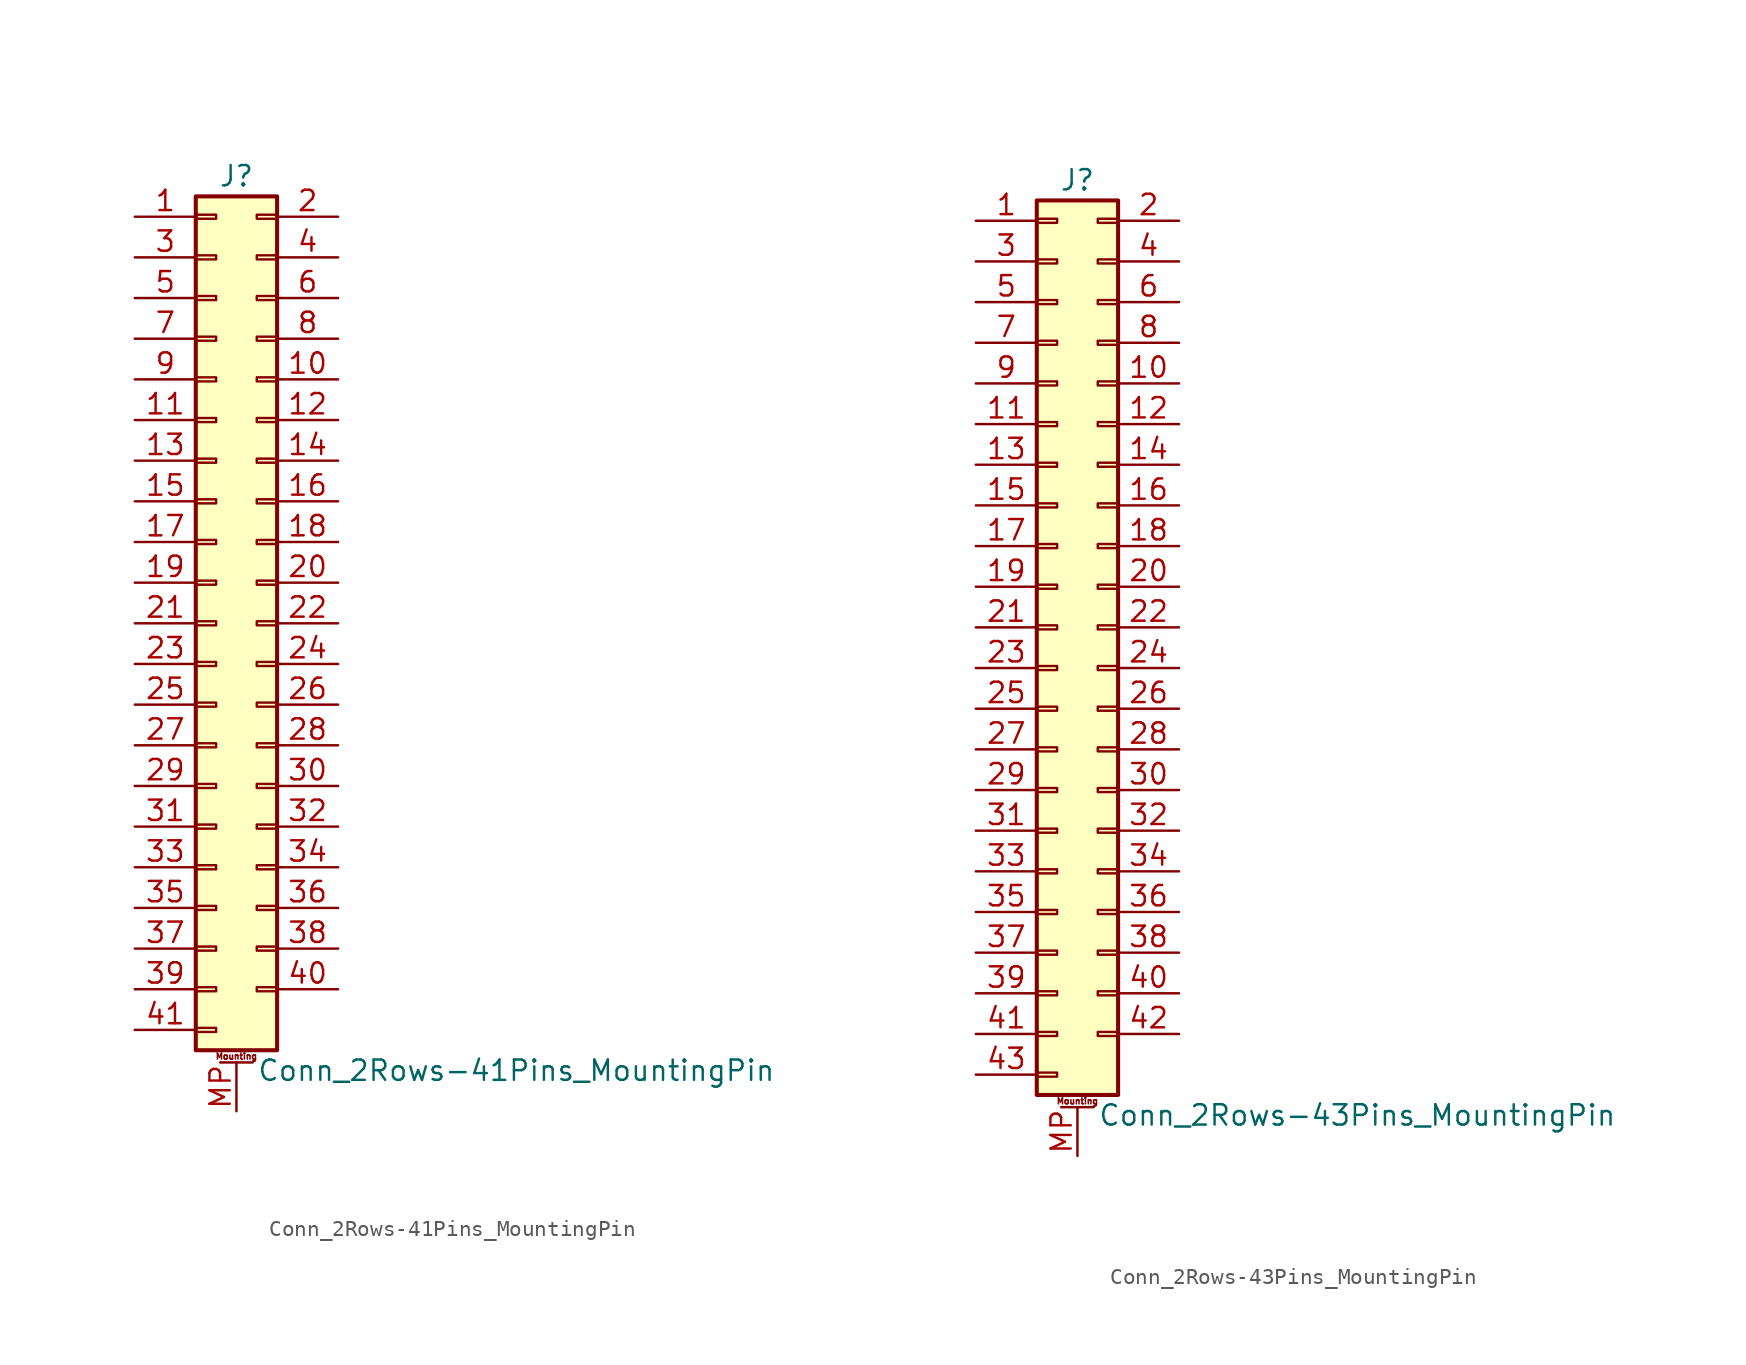
<source format=kicad_sym>
(kicad_symbol_lib
  (version 20201005)
  (generator kicad_symbol_editor)
  (symbol "Connector_Generic_MountingPin:Conn_2Rows-41Pins_MountingPin"
    (pin_names
      (offset 1.016) hide)
    (property "Reference" "J"
      (at 1.27 27.94 0)
      (effects (font (size 1.27 1.27))))
    (property "Value" "Conn_2Rows-41Pins_MountingPin"
      (at 2.54 -27.94 0)
      (effects (font (size 1.27 1.27)) (justify left)))
    (symbol "Conn_2Rows-41Pins_MountingPin_1_1"
      (text "Mounting" (at 1.27 -27.051 0) (effects (font (size 0.381 0.381))))
      (rectangle (start -1.27 -4.953) (end 0 -5.207) (stroke (width 0.152)) (fill (type none)))
      (rectangle (start -1.27 -7.493) (end 0 -7.747) (stroke (width 0.152)) (fill (type none)))
      (rectangle (start -1.27 -10.033) (end 0 -10.287) (stroke (width 0.152)) (fill (type none)))
      (rectangle (start -1.27 -12.573) (end 0 -12.827) (stroke (width 0.152)) (fill (type none)))
      (rectangle (start -1.27 -15.113) (end 0 -15.367) (stroke (width 0.152)) (fill (type none)))
      (rectangle (start -1.27 -17.653) (end 0 -17.907) (stroke (width 0.152)) (fill (type none)))
      (rectangle (start -1.27 -20.193) (end 0 -20.447) (stroke (width 0.152)) (fill (type none)))
      (rectangle (start -1.27 -22.733) (end 0 -22.987) (stroke (width 0.152)) (fill (type none)))
      (rectangle (start -1.27 -2.413) (end 0 -2.667) (stroke (width 0.152)) (fill (type none)))
      (rectangle (start -1.27 -25.273) (end 0 -25.527) (stroke (width 0.152)) (fill (type none)))
      (rectangle (start -1.27 25.527) (end 0 25.273) (stroke (width 0.152)) (fill (type none)))
      (rectangle (start -1.27 2.667) (end 0 2.413) (stroke (width 0.152)) (fill (type none)))
      (rectangle (start -1.27 26.67) (end 3.81 -26.67) (stroke (width 0.254)) (fill (type background)))
      (rectangle (start -1.27 5.207) (end 0 4.953) (stroke (width 0.152)) (fill (type none)))
      (rectangle (start -1.27 7.747) (end 0 7.493) (stroke (width 0.152)) (fill (type none)))
      (rectangle (start -1.27 10.287) (end 0 10.033) (stroke (width 0.152)) (fill (type none)))
      (rectangle (start -1.27 0.127) (end 0 -0.127) (stroke (width 0.152)) (fill (type none)))
      (rectangle (start -1.27 12.827) (end 0 12.573) (stroke (width 0.152)) (fill (type none)))
      (rectangle (start -1.27 15.367) (end 0 15.113) (stroke (width 0.152)) (fill (type none)))
      (rectangle (start -1.27 17.907) (end 0 17.653) (stroke (width 0.152)) (fill (type none)))
      (rectangle (start -1.27 20.447) (end 0 20.193) (stroke (width 0.152)) (fill (type none)))
      (rectangle (start -1.27 22.987) (end 0 22.733) (stroke (width 0.152)) (fill (type none)))
      (rectangle (start 3.81 -4.953) (end 2.54 -5.207) (stroke (width 0.152)) (fill (type none)))
      (rectangle (start 3.81 -7.493) (end 2.54 -7.747) (stroke (width 0.152)) (fill (type none)))
      (rectangle (start 3.81 -10.033) (end 2.54 -10.287) (stroke (width 0.152)) (fill (type none)))
      (rectangle (start 3.81 -12.573) (end 2.54 -12.827) (stroke (width 0.152)) (fill (type none)))
      (rectangle (start 3.81 -15.113) (end 2.54 -15.367) (stroke (width 0.152)) (fill (type none)))
      (rectangle (start 3.81 -17.653) (end 2.54 -17.907) (stroke (width 0.152)) (fill (type none)))
      (rectangle (start 3.81 -20.193) (end 2.54 -20.447) (stroke (width 0.152)) (fill (type none)))
      (rectangle (start 3.81 -22.733) (end 2.54 -22.987) (stroke (width 0.152)) (fill (type none)))
      (rectangle (start 3.81 -2.413) (end 2.54 -2.667) (stroke (width 0.152)) (fill (type none)))
      (rectangle (start 3.81 25.527) (end 2.54 25.273) (stroke (width 0.152)) (fill (type none)))
      (rectangle (start 3.81 2.667) (end 2.54 2.413) (stroke (width 0.152)) (fill (type none)))
      (rectangle (start 3.81 5.207) (end 2.54 4.953) (stroke (width 0.152)) (fill (type none)))
      (rectangle (start 3.81 7.747) (end 2.54 7.493) (stroke (width 0.152)) (fill (type none)))
      (rectangle (start 3.81 10.287) (end 2.54 10.033) (stroke (width 0.152)) (fill (type none)))
      (rectangle (start 3.81 0.127) (end 2.54 -0.127) (stroke (width 0.152)) (fill (type none)))
      (rectangle (start 3.81 12.827) (end 2.54 12.573) (stroke (width 0.152)) (fill (type none)))
      (rectangle (start 3.81 15.367) (end 2.54 15.113) (stroke (width 0.152)) (fill (type none)))
      (rectangle (start 3.81 17.907) (end 2.54 17.653) (stroke (width 0.152)) (fill (type none)))
      (rectangle (start 3.81 20.447) (end 2.54 20.193) (stroke (width 0.152)) (fill (type none)))
      (rectangle (start 3.81 22.987) (end 2.54 22.733) (stroke (width 0.152)) (fill (type none)))
      (polyline (pts (xy 0.254 -27.432) (xy 2.286 -27.432)) (stroke (width 0.152)) (fill (type none)))
      (pin passive line (at 1.27 -30.48 90) (length 3.048) (name "MountPin" (effects (font (size 1.27 1.27)))) (number "MP" (effects (font (size 1.27 1.27)))))
      (pin passive line (at -5.08 25.4 0) (length 3.81) (name "Pin_1" (effects (font (size 1.27 1.27)))) (number "1" (effects (font (size 1.27 1.27)))))
      (pin passive line (at 7.62 15.24 180) (length 3.81) (name "Pin_10" (effects (font (size 1.27 1.27)))) (number "10" (effects (font (size 1.27 1.27)))))
      (pin passive line (at -5.08 12.7 0) (length 3.81) (name "Pin_11" (effects (font (size 1.27 1.27)))) (number "11" (effects (font (size 1.27 1.27)))))
      (pin passive line (at 7.62 12.7 180) (length 3.81) (name "Pin_12" (effects (font (size 1.27 1.27)))) (number "12" (effects (font (size 1.27 1.27)))))
      (pin passive line (at -5.08 10.16 0) (length 3.81) (name "Pin_13" (effects (font (size 1.27 1.27)))) (number "13" (effects (font (size 1.27 1.27)))))
      (pin passive line (at 7.62 10.16 180) (length 3.81) (name "Pin_14" (effects (font (size 1.27 1.27)))) (number "14" (effects (font (size 1.27 1.27)))))
      (pin passive line (at -5.08 7.62 0) (length 3.81) (name "Pin_15" (effects (font (size 1.27 1.27)))) (number "15" (effects (font (size 1.27 1.27)))))
      (pin passive line (at 7.62 7.62 180) (length 3.81) (name "Pin_16" (effects (font (size 1.27 1.27)))) (number "16" (effects (font (size 1.27 1.27)))))
      (pin passive line (at -5.08 5.08 0) (length 3.81) (name "Pin_17" (effects (font (size 1.27 1.27)))) (number "17" (effects (font (size 1.27 1.27)))))
      (pin passive line (at 7.62 5.08 180) (length 3.81) (name "Pin_18" (effects (font (size 1.27 1.27)))) (number "18" (effects (font (size 1.27 1.27)))))
      (pin passive line (at -5.08 2.54 0) (length 3.81) (name "Pin_19" (effects (font (size 1.27 1.27)))) (number "19" (effects (font (size 1.27 1.27)))))
      (pin passive line (at 7.62 25.4 180) (length 3.81) (name "Pin_2" (effects (font (size 1.27 1.27)))) (number "2" (effects (font (size 1.27 1.27)))))
      (pin passive line (at 7.62 2.54 180) (length 3.81) (name "Pin_20" (effects (font (size 1.27 1.27)))) (number "20" (effects (font (size 1.27 1.27)))))
      (pin passive line (at -5.08 0 0) (length 3.81) (name "Pin_21" (effects (font (size 1.27 1.27)))) (number "21" (effects (font (size 1.27 1.27)))))
      (pin passive line (at 7.62 0 180) (length 3.81) (name "Pin_22" (effects (font (size 1.27 1.27)))) (number "22" (effects (font (size 1.27 1.27)))))
      (pin passive line (at -5.08 -2.54 0) (length 3.81) (name "Pin_23" (effects (font (size 1.27 1.27)))) (number "23" (effects (font (size 1.27 1.27)))))
      (pin passive line (at 7.62 -2.54 180) (length 3.81) (name "Pin_24" (effects (font (size 1.27 1.27)))) (number "24" (effects (font (size 1.27 1.27)))))
      (pin passive line (at -5.08 -5.08 0) (length 3.81) (name "Pin_25" (effects (font (size 1.27 1.27)))) (number "25" (effects (font (size 1.27 1.27)))))
      (pin passive line (at 7.62 -5.08 180) (length 3.81) (name "Pin_26" (effects (font (size 1.27 1.27)))) (number "26" (effects (font (size 1.27 1.27)))))
      (pin passive line (at -5.08 -7.62 0) (length 3.81) (name "Pin_27" (effects (font (size 1.27 1.27)))) (number "27" (effects (font (size 1.27 1.27)))))
      (pin passive line (at 7.62 -7.62 180) (length 3.81) (name "Pin_28" (effects (font (size 1.27 1.27)))) (number "28" (effects (font (size 1.27 1.27)))))
      (pin passive line (at -5.08 -10.16 0) (length 3.81) (name "Pin_29" (effects (font (size 1.27 1.27)))) (number "29" (effects (font (size 1.27 1.27)))))
      (pin passive line (at -5.08 22.86 0) (length 3.81) (name "Pin_3" (effects (font (size 1.27 1.27)))) (number "3" (effects (font (size 1.27 1.27)))))
      (pin passive line (at 7.62 -10.16 180) (length 3.81) (name "Pin_30" (effects (font (size 1.27 1.27)))) (number "30" (effects (font (size 1.27 1.27)))))
      (pin passive line (at -5.08 -12.7 0) (length 3.81) (name "Pin_31" (effects (font (size 1.27 1.27)))) (number "31" (effects (font (size 1.27 1.27)))))
      (pin passive line (at 7.62 -12.7 180) (length 3.81) (name "Pin_32" (effects (font (size 1.27 1.27)))) (number "32" (effects (font (size 1.27 1.27)))))
      (pin passive line (at -5.08 -15.24 0) (length 3.81) (name "Pin_33" (effects (font (size 1.27 1.27)))) (number "33" (effects (font (size 1.27 1.27)))))
      (pin passive line (at 7.62 -15.24 180) (length 3.81) (name "Pin_34" (effects (font (size 1.27 1.27)))) (number "34" (effects (font (size 1.27 1.27)))))
      (pin passive line (at -5.08 -17.78 0) (length 3.81) (name "Pin_35" (effects (font (size 1.27 1.27)))) (number "35" (effects (font (size 1.27 1.27)))))
      (pin passive line (at 7.62 -17.78 180) (length 3.81) (name "Pin_36" (effects (font (size 1.27 1.27)))) (number "36" (effects (font (size 1.27 1.27)))))
      (pin passive line (at -5.08 -20.32 0) (length 3.81) (name "Pin_37" (effects (font (size 1.27 1.27)))) (number "37" (effects (font (size 1.27 1.27)))))
      (pin passive line (at 7.62 -20.32 180) (length 3.81) (name "Pin_38" (effects (font (size 1.27 1.27)))) (number "38" (effects (font (size 1.27 1.27)))))
      (pin passive line (at -5.08 -22.86 0) (length 3.81) (name "Pin_39" (effects (font (size 1.27 1.27)))) (number "39" (effects (font (size 1.27 1.27)))))
      (pin passive line (at 7.62 22.86 180) (length 3.81) (name "Pin_4" (effects (font (size 1.27 1.27)))) (number "4" (effects (font (size 1.27 1.27)))))
      (pin passive line (at 7.62 -22.86 180) (length 3.81) (name "Pin_40" (effects (font (size 1.27 1.27)))) (number "40" (effects (font (size 1.27 1.27)))))
      (pin passive line (at -5.08 -25.4 0) (length 3.81) (name "Pin_41" (effects (font (size 1.27 1.27)))) (number "41" (effects (font (size 1.27 1.27)))))
      (pin passive line (at -5.08 20.32 0) (length 3.81) (name "Pin_5" (effects (font (size 1.27 1.27)))) (number "5" (effects (font (size 1.27 1.27)))))
      (pin passive line (at 7.62 20.32 180) (length 3.81) (name "Pin_6" (effects (font (size 1.27 1.27)))) (number "6" (effects (font (size 1.27 1.27)))))
      (pin passive line (at -5.08 17.78 0) (length 3.81) (name "Pin_7" (effects (font (size 1.27 1.27)))) (number "7" (effects (font (size 1.27 1.27)))))
      (pin passive line (at 7.62 17.78 180) (length 3.81) (name "Pin_8" (effects (font (size 1.27 1.27)))) (number "8" (effects (font (size 1.27 1.27)))))
      (pin passive line (at -5.08 15.24 0) (length 3.81) (name "Pin_9" (effects (font (size 1.27 1.27)))) (number "9" (effects (font (size 1.27 1.27)))))))
  (symbol "Connector_Generic_MountingPin:Conn_2Rows-43Pins_MountingPin"
    (pin_names
      (offset 1.016) hide)
    (property "Reference" "J"
      (at 1.27 27.94 0)
      (effects (font (size 1.27 1.27))))
    (property "Value" "Conn_2Rows-43Pins_MountingPin"
      (at 2.54 -30.48 0)
      (effects (font (size 1.27 1.27)) (justify left)))
    (symbol "Conn_2Rows-43Pins_MountingPin_1_1"
      (text "Mounting" (at 1.27 -29.591 0) (effects (font (size 0.381 0.381))))
      (rectangle (start -1.27 -27.813) (end 0 -28.067) (stroke (width 0.152)) (fill (type none)))
      (rectangle (start -1.27 -4.953) (end 0 -5.207) (stroke (width 0.152)) (fill (type none)))
      (rectangle (start -1.27 -7.493) (end 0 -7.747) (stroke (width 0.152)) (fill (type none)))
      (rectangle (start -1.27 -10.033) (end 0 -10.287) (stroke (width 0.152)) (fill (type none)))
      (rectangle (start -1.27 -12.573) (end 0 -12.827) (stroke (width 0.152)) (fill (type none)))
      (rectangle (start -1.27 -15.113) (end 0 -15.367) (stroke (width 0.152)) (fill (type none)))
      (rectangle (start -1.27 -17.653) (end 0 -17.907) (stroke (width 0.152)) (fill (type none)))
      (rectangle (start -1.27 -20.193) (end 0 -20.447) (stroke (width 0.152)) (fill (type none)))
      (rectangle (start -1.27 -22.733) (end 0 -22.987) (stroke (width 0.152)) (fill (type none)))
      (rectangle (start -1.27 -2.413) (end 0 -2.667) (stroke (width 0.152)) (fill (type none)))
      (rectangle (start -1.27 -25.273) (end 0 -25.527) (stroke (width 0.152)) (fill (type none)))
      (rectangle (start -1.27 25.527) (end 0 25.273) (stroke (width 0.152)) (fill (type none)))
      (rectangle (start -1.27 2.667) (end 0 2.413) (stroke (width 0.152)) (fill (type none)))
      (rectangle (start -1.27 26.67) (end 3.81 -29.21) (stroke (width 0.254)) (fill (type background)))
      (rectangle (start -1.27 5.207) (end 0 4.953) (stroke (width 0.152)) (fill (type none)))
      (rectangle (start -1.27 7.747) (end 0 7.493) (stroke (width 0.152)) (fill (type none)))
      (rectangle (start -1.27 10.287) (end 0 10.033) (stroke (width 0.152)) (fill (type none)))
      (rectangle (start -1.27 0.127) (end 0 -0.127) (stroke (width 0.152)) (fill (type none)))
      (rectangle (start -1.27 12.827) (end 0 12.573) (stroke (width 0.152)) (fill (type none)))
      (rectangle (start -1.27 15.367) (end 0 15.113) (stroke (width 0.152)) (fill (type none)))
      (rectangle (start -1.27 17.907) (end 0 17.653) (stroke (width 0.152)) (fill (type none)))
      (rectangle (start -1.27 20.447) (end 0 20.193) (stroke (width 0.152)) (fill (type none)))
      (rectangle (start -1.27 22.987) (end 0 22.733) (stroke (width 0.152)) (fill (type none)))
      (rectangle (start 3.81 -4.953) (end 2.54 -5.207) (stroke (width 0.152)) (fill (type none)))
      (rectangle (start 3.81 -7.493) (end 2.54 -7.747) (stroke (width 0.152)) (fill (type none)))
      (rectangle (start 3.81 -10.033) (end 2.54 -10.287) (stroke (width 0.152)) (fill (type none)))
      (rectangle (start 3.81 -12.573) (end 2.54 -12.827) (stroke (width 0.152)) (fill (type none)))
      (rectangle (start 3.81 -15.113) (end 2.54 -15.367) (stroke (width 0.152)) (fill (type none)))
      (rectangle (start 3.81 -17.653) (end 2.54 -17.907) (stroke (width 0.152)) (fill (type none)))
      (rectangle (start 3.81 -20.193) (end 2.54 -20.447) (stroke (width 0.152)) (fill (type none)))
      (rectangle (start 3.81 -22.733) (end 2.54 -22.987) (stroke (width 0.152)) (fill (type none)))
      (rectangle (start 3.81 -2.413) (end 2.54 -2.667) (stroke (width 0.152)) (fill (type none)))
      (rectangle (start 3.81 -25.273) (end 2.54 -25.527) (stroke (width 0.152)) (fill (type none)))
      (rectangle (start 3.81 25.527) (end 2.54 25.273) (stroke (width 0.152)) (fill (type none)))
      (rectangle (start 3.81 2.667) (end 2.54 2.413) (stroke (width 0.152)) (fill (type none)))
      (rectangle (start 3.81 5.207) (end 2.54 4.953) (stroke (width 0.152)) (fill (type none)))
      (rectangle (start 3.81 7.747) (end 2.54 7.493) (stroke (width 0.152)) (fill (type none)))
      (rectangle (start 3.81 10.287) (end 2.54 10.033) (stroke (width 0.152)) (fill (type none)))
      (rectangle (start 3.81 0.127) (end 2.54 -0.127) (stroke (width 0.152)) (fill (type none)))
      (rectangle (start 3.81 12.827) (end 2.54 12.573) (stroke (width 0.152)) (fill (type none)))
      (rectangle (start 3.81 15.367) (end 2.54 15.113) (stroke (width 0.152)) (fill (type none)))
      (rectangle (start 3.81 17.907) (end 2.54 17.653) (stroke (width 0.152)) (fill (type none)))
      (rectangle (start 3.81 20.447) (end 2.54 20.193) (stroke (width 0.152)) (fill (type none)))
      (rectangle (start 3.81 22.987) (end 2.54 22.733) (stroke (width 0.152)) (fill (type none)))
      (polyline (pts (xy 0.254 -29.972) (xy 2.286 -29.972)) (stroke (width 0.152)) (fill (type none)))
      (pin passive line (at 1.27 -33.02 90) (length 3.048) (name "MountPin" (effects (font (size 1.27 1.27)))) (number "MP" (effects (font (size 1.27 1.27)))))
      (pin passive line (at -5.08 25.4 0) (length 3.81) (name "Pin_1" (effects (font (size 1.27 1.27)))) (number "1" (effects (font (size 1.27 1.27)))))
      (pin passive line (at 7.62 15.24 180) (length 3.81) (name "Pin_10" (effects (font (size 1.27 1.27)))) (number "10" (effects (font (size 1.27 1.27)))))
      (pin passive line (at -5.08 12.7 0) (length 3.81) (name "Pin_11" (effects (font (size 1.27 1.27)))) (number "11" (effects (font (size 1.27 1.27)))))
      (pin passive line (at 7.62 12.7 180) (length 3.81) (name "Pin_12" (effects (font (size 1.27 1.27)))) (number "12" (effects (font (size 1.27 1.27)))))
      (pin passive line (at -5.08 10.16 0) (length 3.81) (name "Pin_13" (effects (font (size 1.27 1.27)))) (number "13" (effects (font (size 1.27 1.27)))))
      (pin passive line (at 7.62 10.16 180) (length 3.81) (name "Pin_14" (effects (font (size 1.27 1.27)))) (number "14" (effects (font (size 1.27 1.27)))))
      (pin passive line (at -5.08 7.62 0) (length 3.81) (name "Pin_15" (effects (font (size 1.27 1.27)))) (number "15" (effects (font (size 1.27 1.27)))))
      (pin passive line (at 7.62 7.62 180) (length 3.81) (name "Pin_16" (effects (font (size 1.27 1.27)))) (number "16" (effects (font (size 1.27 1.27)))))
      (pin passive line (at -5.08 5.08 0) (length 3.81) (name "Pin_17" (effects (font (size 1.27 1.27)))) (number "17" (effects (font (size 1.27 1.27)))))
      (pin passive line (at 7.62 5.08 180) (length 3.81) (name "Pin_18" (effects (font (size 1.27 1.27)))) (number "18" (effects (font (size 1.27 1.27)))))
      (pin passive line (at -5.08 2.54 0) (length 3.81) (name "Pin_19" (effects (font (size 1.27 1.27)))) (number "19" (effects (font (size 1.27 1.27)))))
      (pin passive line (at 7.62 25.4 180) (length 3.81) (name "Pin_2" (effects (font (size 1.27 1.27)))) (number "2" (effects (font (size 1.27 1.27)))))
      (pin passive line (at 7.62 2.54 180) (length 3.81) (name "Pin_20" (effects (font (size 1.27 1.27)))) (number "20" (effects (font (size 1.27 1.27)))))
      (pin passive line (at -5.08 0 0) (length 3.81) (name "Pin_21" (effects (font (size 1.27 1.27)))) (number "21" (effects (font (size 1.27 1.27)))))
      (pin passive line (at 7.62 0 180) (length 3.81) (name "Pin_22" (effects (font (size 1.27 1.27)))) (number "22" (effects (font (size 1.27 1.27)))))
      (pin passive line (at -5.08 -2.54 0) (length 3.81) (name "Pin_23" (effects (font (size 1.27 1.27)))) (number "23" (effects (font (size 1.27 1.27)))))
      (pin passive line (at 7.62 -2.54 180) (length 3.81) (name "Pin_24" (effects (font (size 1.27 1.27)))) (number "24" (effects (font (size 1.27 1.27)))))
      (pin passive line (at -5.08 -5.08 0) (length 3.81) (name "Pin_25" (effects (font (size 1.27 1.27)))) (number "25" (effects (font (size 1.27 1.27)))))
      (pin passive line (at 7.62 -5.08 180) (length 3.81) (name "Pin_26" (effects (font (size 1.27 1.27)))) (number "26" (effects (font (size 1.27 1.27)))))
      (pin passive line (at -5.08 -7.62 0) (length 3.81) (name "Pin_27" (effects (font (size 1.27 1.27)))) (number "27" (effects (font (size 1.27 1.27)))))
      (pin passive line (at 7.62 -7.62 180) (length 3.81) (name "Pin_28" (effects (font (size 1.27 1.27)))) (number "28" (effects (font (size 1.27 1.27)))))
      (pin passive line (at -5.08 -10.16 0) (length 3.81) (name "Pin_29" (effects (font (size 1.27 1.27)))) (number "29" (effects (font (size 1.27 1.27)))))
      (pin passive line (at -5.08 22.86 0) (length 3.81) (name "Pin_3" (effects (font (size 1.27 1.27)))) (number "3" (effects (font (size 1.27 1.27)))))
      (pin passive line (at 7.62 -10.16 180) (length 3.81) (name "Pin_30" (effects (font (size 1.27 1.27)))) (number "30" (effects (font (size 1.27 1.27)))))
      (pin passive line (at -5.08 -12.7 0) (length 3.81) (name "Pin_31" (effects (font (size 1.27 1.27)))) (number "31" (effects (font (size 1.27 1.27)))))
      (pin passive line (at 7.62 -12.7 180) (length 3.81) (name "Pin_32" (effects (font (size 1.27 1.27)))) (number "32" (effects (font (size 1.27 1.27)))))
      (pin passive line (at -5.08 -15.24 0) (length 3.81) (name "Pin_33" (effects (font (size 1.27 1.27)))) (number "33" (effects (font (size 1.27 1.27)))))
      (pin passive line (at 7.62 -15.24 180) (length 3.81) (name "Pin_34" (effects (font (size 1.27 1.27)))) (number "34" (effects (font (size 1.27 1.27)))))
      (pin passive line (at -5.08 -17.78 0) (length 3.81) (name "Pin_35" (effects (font (size 1.27 1.27)))) (number "35" (effects (font (size 1.27 1.27)))))
      (pin passive line (at 7.62 -17.78 180) (length 3.81) (name "Pin_36" (effects (font (size 1.27 1.27)))) (number "36" (effects (font (size 1.27 1.27)))))
      (pin passive line (at -5.08 -20.32 0) (length 3.81) (name "Pin_37" (effects (font (size 1.27 1.27)))) (number "37" (effects (font (size 1.27 1.27)))))
      (pin passive line (at 7.62 -20.32 180) (length 3.81) (name "Pin_38" (effects (font (size 1.27 1.27)))) (number "38" (effects (font (size 1.27 1.27)))))
      (pin passive line (at -5.08 -22.86 0) (length 3.81) (name "Pin_39" (effects (font (size 1.27 1.27)))) (number "39" (effects (font (size 1.27 1.27)))))
      (pin passive line (at 7.62 22.86 180) (length 3.81) (name "Pin_4" (effects (font (size 1.27 1.27)))) (number "4" (effects (font (size 1.27 1.27)))))
      (pin passive line (at 7.62 -22.86 180) (length 3.81) (name "Pin_40" (effects (font (size 1.27 1.27)))) (number "40" (effects (font (size 1.27 1.27)))))
      (pin passive line (at -5.08 -25.4 0) (length 3.81) (name "Pin_41" (effects (font (size 1.27 1.27)))) (number "41" (effects (font (size 1.27 1.27)))))
      (pin passive line (at 7.62 -25.4 180) (length 3.81) (name "Pin_42" (effects (font (size 1.27 1.27)))) (number "42" (effects (font (size 1.27 1.27)))))
      (pin passive line (at -5.08 -27.94 0) (length 3.81) (name "Pin_43" (effects (font (size 1.27 1.27)))) (number "43" (effects (font (size 1.27 1.27)))))
      (pin passive line (at -5.08 20.32 0) (length 3.81) (name "Pin_5" (effects (font (size 1.27 1.27)))) (number "5" (effects (font (size 1.27 1.27)))))
      (pin passive line (at 7.62 20.32 180) (length 3.81) (name "Pin_6" (effects (font (size 1.27 1.27)))) (number "6" (effects (font (size 1.27 1.27)))))
      (pin passive line (at -5.08 17.78 0) (length 3.81) (name "Pin_7" (effects (font (size 1.27 1.27)))) (number "7" (effects (font (size 1.27 1.27)))))
      (pin passive line (at 7.62 17.78 180) (length 3.81) (name "Pin_8" (effects (font (size 1.27 1.27)))) (number "8" (effects (font (size 1.27 1.27)))))
      (pin passive line (at -5.08 15.24 0) (length 3.81) (name "Pin_9" (effects (font (size 1.27 1.27)))) (number "9" (effects (font (size 1.27 1.27))))))))
</source>
